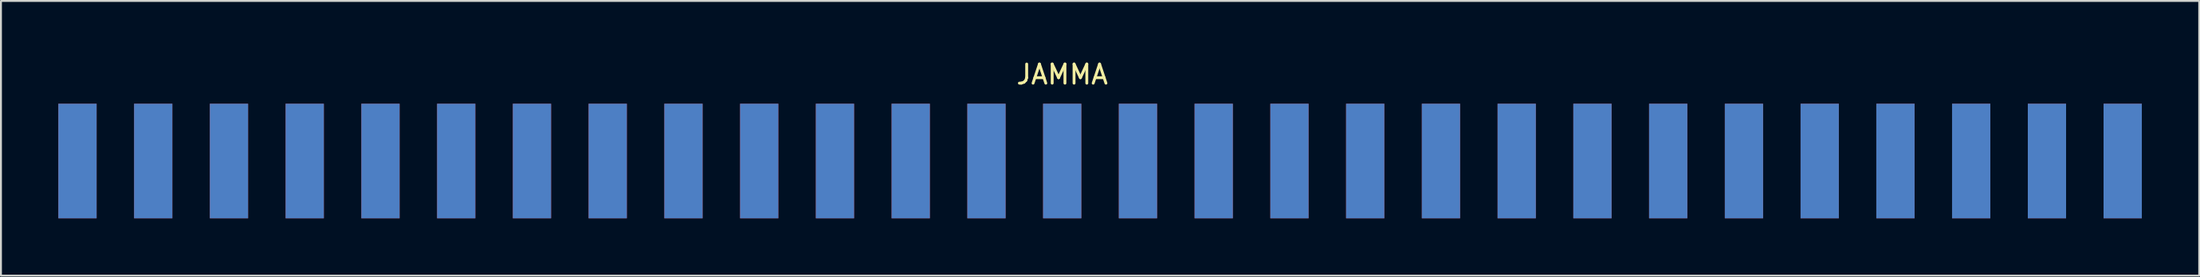
<source format=kicad_pcb>
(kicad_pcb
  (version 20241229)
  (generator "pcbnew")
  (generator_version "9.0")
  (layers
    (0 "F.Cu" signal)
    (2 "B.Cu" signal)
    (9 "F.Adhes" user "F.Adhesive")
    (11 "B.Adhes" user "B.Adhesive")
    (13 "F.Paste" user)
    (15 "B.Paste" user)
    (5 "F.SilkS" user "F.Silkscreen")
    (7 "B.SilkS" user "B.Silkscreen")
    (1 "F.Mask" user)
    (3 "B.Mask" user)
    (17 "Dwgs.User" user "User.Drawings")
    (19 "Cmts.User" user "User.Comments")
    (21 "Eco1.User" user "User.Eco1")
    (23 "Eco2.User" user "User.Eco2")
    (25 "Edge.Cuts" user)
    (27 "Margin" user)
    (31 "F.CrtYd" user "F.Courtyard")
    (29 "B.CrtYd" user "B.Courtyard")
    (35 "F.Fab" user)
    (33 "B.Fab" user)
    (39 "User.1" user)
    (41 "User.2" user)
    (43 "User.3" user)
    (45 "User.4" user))
  (footprint "JAMMA"
    (layer "F.Cu")
    (at 52.48 5.928)
    (property "Reference" "JAMMA" (at 0 -5.08 0) (layer "F.SilkS") (effects (font (size 1 1) (thickness 0.15))))
    (attr through_hole)
    (pad "1" smd rect (at 55.44 -0.549 90) (size 6 2) (layers "F.Cu" "F.Mask" "F.Paste"))
    (pad "2" smd rect (at 55.44 -0.549 270) (size 6 2) (layers "B.Cu" "B.Mask" "B.Paste"))
    (pad "3" smd rect (at 51.48 -0.549 90) (size 6 2) (layers "F.Cu" "F.Mask" "F.Paste"))
    (pad "4" smd rect (at 51.48 -0.549 270) (size 6 2) (layers "B.Cu" "B.Mask" "B.Paste"))
    (pad "5" smd rect (at 47.52 -0.549 90) (size 6 2) (layers "F.Cu" "F.Mask" "F.Paste"))
    (pad "6" smd rect (at 47.52 -0.549 270) (size 6 2) (layers "B.Cu" "B.Mask" "B.Paste"))
    (pad "7" smd rect (at 43.56 -0.549 90) (size 6 2) (layers "F.Cu" "F.Mask" "F.Paste"))
    (pad "8" smd rect (at 43.56 -0.549 270) (size 6 2) (layers "B.Cu" "B.Mask" "B.Paste"))
    (pad "9" smd rect (at 39.6 -0.549 90) (size 6 2) (layers "F.Cu" "F.Mask" "F.Paste"))
    (pad "10" smd rect (at 39.6 -0.549 270) (size 6 2) (layers "B.Cu" "B.Mask" "B.Paste"))
    (pad "11" smd rect (at 35.64 -0.549 90) (size 6 2) (layers "F.Cu" "F.Mask" "F.Paste"))
    (pad "12" smd rect (at 35.64 -0.549 270) (size 6 2) (layers "B.Cu" "B.Mask" "B.Paste"))
    (pad "13" smd rect (at 31.68 -0.549 90) (size 6 2) (layers "F.Cu" "F.Mask" "F.Paste"))
    (pad "14" smd rect (at 31.68 -0.549 270) (size 6 2) (layers "B.Cu" "B.Mask" "B.Paste"))
    (pad "15" smd rect (at 27.72 -0.549 90) (size 6 2) (layers "F.Cu" "F.Mask" "F.Paste"))
    (pad "16" smd rect (at 27.72 -0.549 270) (size 6 2) (layers "B.Cu" "B.Mask" "B.Paste"))
    (pad "17" smd rect (at 23.76 -0.549 90) (size 6 2) (layers "F.Cu" "F.Mask" "F.Paste"))
    (pad "18" smd rect (at 23.76 -0.549 270) (size 6 2) (layers "B.Cu" "B.Mask" "B.Paste"))
    (pad "19" smd rect (at 19.8 -0.549 90) (size 6 2) (layers "F.Cu" "F.Mask" "F.Paste"))
    (pad "20" smd rect (at 19.8 -0.549 270) (size 6 2) (layers "B.Cu" "B.Mask" "B.Paste"))
    (pad "21" smd rect (at 15.84 -0.549 90) (size 6 2) (layers "F.Cu" "F.Mask" "F.Paste"))
    (pad "22" smd rect (at 15.84 -0.549 270) (size 6 2) (layers "B.Cu" "B.Mask" "B.Paste"))
    (pad "23" smd rect (at 11.88 -0.549 90) (size 6 2) (layers "F.Cu" "F.Mask" "F.Paste"))
    (pad "24" smd rect (at 11.88 -0.549 270) (size 6 2) (layers "B.Cu" "B.Mask" "B.Paste"))
    (pad "25" smd rect (at 7.92 -0.549 90) (size 6 2) (layers "F.Cu" "F.Mask" "F.Paste"))
    (pad "26" smd rect (at 7.92 -0.549 270) (size 6 2) (layers "B.Cu" "B.Mask" "B.Paste"))
    (pad "27" smd rect (at 3.96 -0.549 90) (size 6 2) (layers "F.Cu" "F.Mask" "F.Paste"))
    (pad "28" smd rect (at 3.96 -0.549 270) (size 6 2) (layers "B.Cu" "B.Mask" "B.Paste"))
    (pad "29" smd rect (at 0 -0.549 90) (size 6 2) (layers "F.Cu" "F.Mask" "F.Paste"))
    (pad "30" smd rect (at 0 -0.549 270) (size 6 2) (layers "B.Cu" "B.Mask" "B.Paste"))
    (pad "31" smd rect (at -3.96 -0.549 90) (size 6 2) (layers "F.Cu" "F.Mask" "F.Paste"))
    (pad "32" smd rect (at -3.96 -0.549 270) (size 6 2) (layers "B.Cu" "B.Mask" "B.Paste"))
    (pad "33" smd rect (at -7.92 -0.549 90) (size 6 2) (layers "F.Cu" "F.Mask" "F.Paste"))
    (pad "34" smd rect (at -7.92 -0.549 270) (size 6 2) (layers "B.Cu" "B.Mask" "B.Paste"))
    (pad "35" smd rect (at -11.88 -0.549 90) (size 6 2) (layers "F.Cu" "F.Mask" "F.Paste"))
    (pad "36" smd rect (at -11.88 -0.549 270) (size 6 2) (layers "B.Cu" "B.Mask" "B.Paste"))
    (pad "37" smd rect (at -15.84 -0.549 90) (size 6 2) (layers "F.Cu" "F.Mask" "F.Paste"))
    (pad "38" smd rect (at -15.84 -0.549 270) (size 6 2) (layers "B.Cu" "B.Mask" "B.Paste"))
    (pad "39" smd rect (at -19.8 -0.549 90) (size 6 2) (layers "F.Cu" "F.Mask" "F.Paste"))
    (pad "40" smd rect (at -19.8 -0.549 270) (size 6 2) (layers "B.Cu" "B.Mask" "B.Paste"))
    (pad "41" smd rect (at -23.76 -0.549 90) (size 6 2) (layers "F.Cu" "F.Mask" "F.Paste"))
    (pad "42" smd rect (at -23.76 -0.549 270) (size 6 2) (layers "B.Cu" "B.Mask" "B.Paste"))
    (pad "43" smd rect (at -27.72 -0.549 90) (size 6 2) (layers "F.Cu" "F.Mask" "F.Paste"))
    (pad "44" smd rect (at -27.72 -0.549 270) (size 6 2) (layers "B.Cu" "B.Mask" "B.Paste"))
    (pad "45" smd rect (at -31.68 -0.549 90) (size 6 2) (layers "F.Cu" "F.Mask" "F.Paste"))
    (pad "46" smd rect (at -31.68 -0.549 270) (size 6 2) (layers "B.Cu" "B.Mask" "B.Paste"))
    (pad "47" smd rect (at -35.64 -0.549 90) (size 6 2) (layers "F.Cu" "F.Mask" "F.Paste"))
    (pad "48" smd rect (at -35.64 -0.549 270) (size 6 2) (layers "B.Cu" "B.Mask" "B.Paste"))
    (pad "49" smd rect (at -39.6 -0.549 90) (size 6 2) (layers "F.Cu" "F.Mask" "F.Paste"))
    (pad "50" smd rect (at -39.6 -0.549 270) (size 6 2) (layers "B.Cu" "B.Mask" "B.Paste"))
    (pad "51" smd rect (at -43.56 -0.549 90) (size 6 2) (layers "F.Cu" "F.Mask" "F.Paste"))
    (pad "52" smd rect (at -43.56 -0.549 270) (size 6 2) (layers "B.Cu" "B.Mask" "B.Paste"))
    (pad "53" smd rect (at -47.52 -0.549 90) (size 6 2) (layers "F.Cu" "F.Mask" "F.Paste"))
    (pad "54" smd rect (at -47.52 -0.549 270) (size 6 2) (layers "B.Cu" "B.Mask" "B.Paste"))
    (pad "55" smd rect (at -51.48 -0.549 90) (size 6 2) (layers "F.Cu" "F.Mask" "F.Paste"))
    (pad "56" smd rect (at -51.48 -0.549 270) (size 6 2) (layers "B.Cu" "B.Mask" "B.Paste")))
  (gr_rect
    (start -3 -3)
    (end 111.92 11.38)
    (stroke (width 0.1) (type default))
    (fill no)
    (layer "Edge.Cuts")))
</source>
